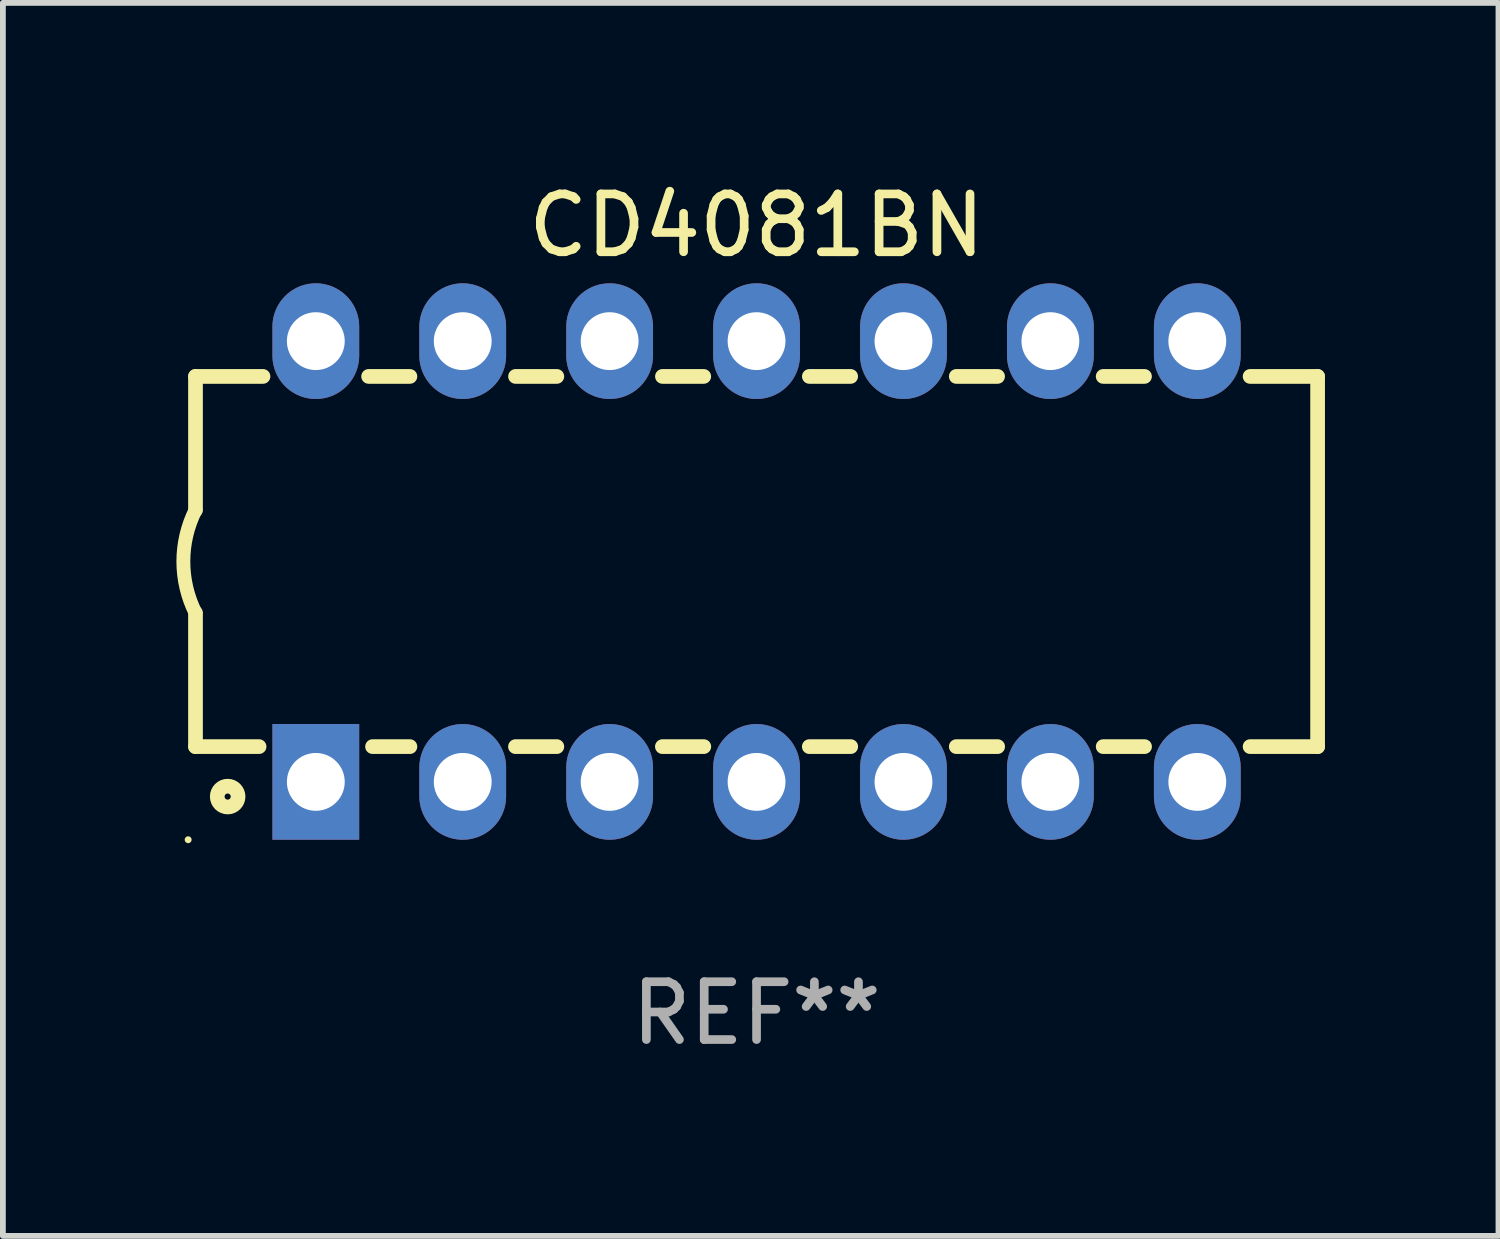
<source format=kicad_pcb>
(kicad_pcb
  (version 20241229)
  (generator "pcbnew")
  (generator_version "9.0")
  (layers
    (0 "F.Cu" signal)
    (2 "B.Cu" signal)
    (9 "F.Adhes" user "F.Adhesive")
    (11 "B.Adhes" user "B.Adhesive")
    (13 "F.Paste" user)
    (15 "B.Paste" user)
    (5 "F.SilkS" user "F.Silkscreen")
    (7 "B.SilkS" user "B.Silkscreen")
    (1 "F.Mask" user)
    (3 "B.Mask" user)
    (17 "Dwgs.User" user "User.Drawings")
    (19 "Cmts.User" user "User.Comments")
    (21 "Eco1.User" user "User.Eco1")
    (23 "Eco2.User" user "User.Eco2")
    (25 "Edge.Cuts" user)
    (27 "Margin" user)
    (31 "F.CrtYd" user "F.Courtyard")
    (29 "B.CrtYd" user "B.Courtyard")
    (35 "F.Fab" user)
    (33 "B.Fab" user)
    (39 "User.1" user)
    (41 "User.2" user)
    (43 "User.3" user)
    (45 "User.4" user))
  (footprint "CD4081BN"
    (layer "F.Cu")
    (at 10.03 6.658)
    (property "Reference" "CD4081BN" (at 0 -5.81 0) (layer "F.SilkS") (effects (font (size 1 1) (thickness 0.15))))
    (attr through_hole)
    (fp_line (start -9.7 -3.2) (end -9.7 -0.889) (stroke (width 0.254) (type solid)) (layer "F.SilkS"))
    (fp_line (start -9.7 -3.2) (end -8.533 -3.2) (stroke (width 0.254) (type solid)) (layer "F.SilkS"))
    (fp_line (start -9.7 3.2) (end -9.7 0.889) (stroke (width 0.254) (type solid)) (layer "F.SilkS"))
    (fp_line (start -9.7 3.2) (end -8.601 3.2) (stroke (width 0.254) (type solid)) (layer "F.SilkS"))
    (fp_line (start -6.707 -3.2) (end -5.993 -3.2) (stroke (width 0.254) (type solid)) (layer "F.SilkS"))
    (fp_line (start -6.639 3.2) (end -5.993 3.2) (stroke (width 0.254) (type solid)) (layer "F.SilkS"))
    (fp_line (start -4.168 3.2) (end -3.453 3.2) (stroke (width 0.254) (type solid)) (layer "F.SilkS"))
    (fp_line (start -4.167 -3.2) (end -3.453 -3.2) (stroke (width 0.254) (type solid)) (layer "F.SilkS"))
    (fp_line (start -1.628 3.2) (end -0.912 3.2) (stroke (width 0.254) (type solid)) (layer "F.SilkS"))
    (fp_line (start -1.627 -3.2) (end -0.913 -3.2) (stroke (width 0.254) (type solid)) (layer "F.SilkS"))
    (fp_line (start 0.912 3.2) (end 1.628 3.2) (stroke (width 0.254) (type solid)) (layer "F.SilkS"))
    (fp_line (start 0.913 -3.2) (end 1.627 -3.2) (stroke (width 0.254) (type solid)) (layer "F.SilkS"))
    (fp_line (start 3.453 3.2) (end 4.168 3.2) (stroke (width 0.254) (type solid)) (layer "F.SilkS"))
    (fp_line (start 3.453 -3.2) (end 4.167 -3.2) (stroke (width 0.254) (type solid)) (layer "F.SilkS"))
    (fp_line (start 5.993 3.2) (end 6.708 3.2) (stroke (width 0.254) (type solid)) (layer "F.SilkS"))
    (fp_line (start 5.993 -3.2) (end 6.707 -3.2) (stroke (width 0.254) (type solid)) (layer "F.SilkS"))
    (fp_line (start 8.533 3.2) (end 9.7 3.2) (stroke (width 0.254) (type solid)) (layer "F.SilkS"))
    (fp_line (start 8.533 -3.2) (end 9.7 -3.2) (stroke (width 0.254) (type solid)) (layer "F.SilkS"))
    (fp_line (start 9.7 3.2) (end 9.7 -3.2) (stroke (width 0.254) (type solid)) (layer "F.SilkS"))
    (fp_arc (start -9.699822 0.889002) (mid -9.909826 0.000048) (end -9.700229 -0.889002) (stroke (width 0.240005) (type solid)) (layer "F.SilkS"))
    (fp_circle (center -9.827 4.81) (end -9.797 4.81) (stroke (width 0.06) (type solid)) (fill no) (layer "F.SilkS"))
    (fp_circle (center -9.144 4.064) (end -8.964 4.064) (stroke (width 0.254) (type solid)) (fill no) (layer "F.SilkS"))
    (fp_text user "REF**" (at 0 7.81 0) (layer "F.Fab") (effects (font (size 1 1) (thickness 0.15))))
    (pad "1" thru_hole rect (at -7.62 3.81 90) (size 2 1.5) (drill 1) (layers "*.Cu" "*.Mask"))
    (pad "2" thru_hole oval (at -5.08 3.81 90) (size 2 1.5) (drill 1) (layers "*.Cu" "*.Mask"))
    (pad "3" thru_hole oval (at -2.54 3.81 90) (size 2 1.5) (drill 1) (layers "*.Cu" "*.Mask"))
    (pad "4" thru_hole oval (at 0 3.81 90) (size 2 1.5) (drill 1) (layers "*.Cu" "*.Mask"))
    (pad "5" thru_hole oval (at 2.54 3.81 90) (size 2 1.5) (drill 1) (layers "*.Cu" "*.Mask"))
    (pad "6" thru_hole oval (at 5.08 3.81 90) (size 2 1.5) (drill 1) (layers "*.Cu" "*.Mask"))
    (pad "7" thru_hole oval (at 7.62 3.81 90) (size 2 1.5) (drill 1) (layers "*.Cu" "*.Mask"))
    (pad "8" thru_hole oval (at 7.62 -3.81 90) (size 2 1.5) (drill 1) (layers "*.Cu" "*.Mask"))
    (pad "9" thru_hole oval (at 5.08 -3.81 90) (size 2 1.5) (drill 1) (layers "*.Cu" "*.Mask"))
    (pad "10" thru_hole oval (at 2.54 -3.81 90) (size 2 1.5) (drill 1) (layers "*.Cu" "*.Mask"))
    (pad "11" thru_hole oval (at 0 -3.81 90) (size 2 1.5) (drill 1) (layers "*.Cu" "*.Mask"))
    (pad "12" thru_hole oval (at -2.54 -3.81 90) (size 2 1.5) (drill 1) (layers "*.Cu" "*.Mask"))
    (pad "13" thru_hole oval (at -5.08 -3.81 90) (size 2 1.5) (drill 1) (layers "*.Cu" "*.Mask"))
    (pad "14" thru_hole oval (at -7.62 -3.81 90) (size 2 1.5) (drill 1) (layers "*.Cu" "*.Mask")))
  (gr_rect
    (start -3 -3)
    (end 22.857 18.317)
    (stroke (width 0.1) (type default))
    (fill no)
    (layer "Edge.Cuts")))
</source>
